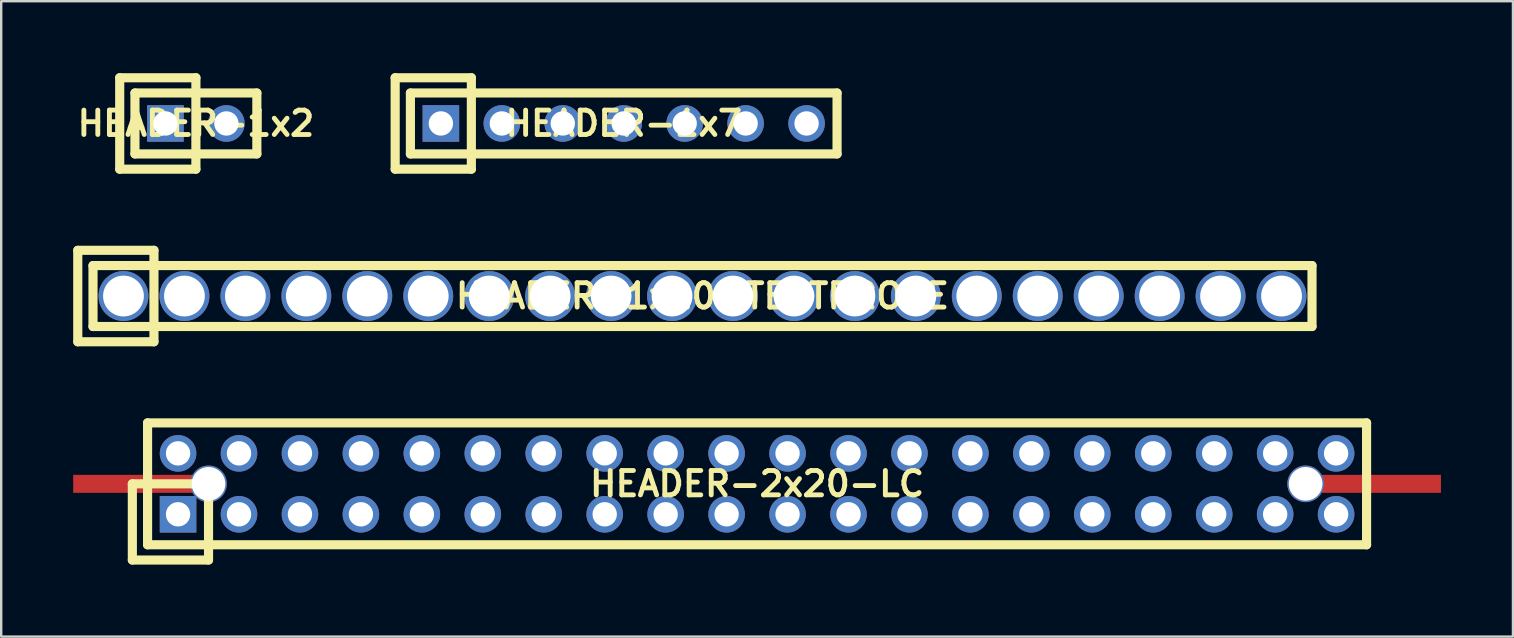
<source format=kicad_pcb>
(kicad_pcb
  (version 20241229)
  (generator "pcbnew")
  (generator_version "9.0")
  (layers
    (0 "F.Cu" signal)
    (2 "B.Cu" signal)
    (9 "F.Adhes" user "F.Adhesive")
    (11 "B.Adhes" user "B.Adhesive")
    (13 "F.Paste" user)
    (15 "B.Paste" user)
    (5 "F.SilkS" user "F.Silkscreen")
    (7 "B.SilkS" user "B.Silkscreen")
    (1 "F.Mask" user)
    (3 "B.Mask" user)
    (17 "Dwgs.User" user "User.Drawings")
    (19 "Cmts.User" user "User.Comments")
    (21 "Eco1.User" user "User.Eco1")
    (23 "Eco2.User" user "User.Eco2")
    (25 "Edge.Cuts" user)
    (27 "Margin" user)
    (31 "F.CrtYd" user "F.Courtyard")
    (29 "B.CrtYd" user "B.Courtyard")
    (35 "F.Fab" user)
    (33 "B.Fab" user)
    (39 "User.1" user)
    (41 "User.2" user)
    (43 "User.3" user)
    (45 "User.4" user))
  (footprint "HEADER-1x7"
    (layer "F.Cu")
    (at 22.943 2.095)
    (property "Reference" "HEADER-1x7" (at 0 0 0) (layer "F.SilkS") (effects (font (size 1.016 1.016) (thickness 0.203))))
    (attr through_hole)
    (fp_line (start -9.525 -1.905) (end -9.525 1.905) (stroke (width 0.381) (type solid)) (layer "F.SilkS"))
    (fp_line (start -9.525 1.905) (end -6.35 1.905) (stroke (width 0.381) (type solid)) (layer "F.SilkS"))
    (fp_line (start -8.89 -1.27) (end -8.89 1.27) (stroke (width 0.381) (type solid)) (layer "F.SilkS"))
    (fp_line (start -8.89 -1.27) (end 8.89 -1.27) (stroke (width 0.381) (type solid)) (layer "F.SilkS"))
    (fp_line (start -6.35 -1.905) (end -9.525 -1.905) (stroke (width 0.381) (type solid)) (layer "F.SilkS"))
    (fp_line (start -6.35 1.905) (end -6.35 -1.905) (stroke (width 0.381) (type solid)) (layer "F.SilkS"))
    (fp_line (start 8.89 -1.27) (end 8.89 1.27) (stroke (width 0.381) (type solid)) (layer "F.SilkS"))
    (fp_line (start 8.89 1.27) (end -8.89 1.27) (stroke (width 0.381) (type solid)) (layer "F.SilkS"))
    (pad "1" thru_hole rect (at -7.62 0) (size 1.524 1.524) (drill 1.016) (layers "*.Cu" "*.Mask"))
    (pad "2" thru_hole circle (at -5.08 0) (size 1.524 1.524) (drill 1.016) (layers "*.Cu" "*.Mask"))
    (pad "3" thru_hole circle (at -2.54 0) (size 1.524 1.524) (drill 1.016) (layers "*.Cu" "*.Mask"))
    (pad "4" thru_hole circle (at 0 0) (size 1.524 1.524) (drill 1.016) (layers "*.Cu" "*.Mask"))
    (pad "5" thru_hole circle (at 2.54 0) (size 1.524 1.524) (drill 1.016) (layers "*.Cu" "*.Mask"))
    (pad "6" thru_hole circle (at 5.08 0) (size 1.524 1.524) (drill 1.016) (layers "*.Cu" "*.Mask"))
    (pad "7" thru_hole circle (at 7.62 0) (size 1.524 1.524) (drill 1.016) (layers "*.Cu" "*.Mask")))
  (footprint "HEADER-1x2"
    (layer "F.Cu")
    (at 5.114 2.095)
    (property "Reference" "HEADER-1x2" (at 0 0 0) (layer "F.SilkS") (effects (font (size 1.016 1.016) (thickness 0.203))))
    (attr through_hole)
    (fp_line (start -3.175 -1.905) (end -3.175 1.905) (stroke (width 0.381) (type solid)) (layer "F.SilkS"))
    (fp_line (start -3.175 1.905) (end 0 1.905) (stroke (width 0.381) (type solid)) (layer "F.SilkS"))
    (fp_line (start -2.54 -1.27) (end -2.54 1.27) (stroke (width 0.381) (type solid)) (layer "F.SilkS"))
    (fp_line (start -2.54 -1.27) (end 2.54 -1.27) (stroke (width 0.381) (type solid)) (layer "F.SilkS"))
    (fp_line (start 0 -1.905) (end -3.175 -1.905) (stroke (width 0.381) (type solid)) (layer "F.SilkS"))
    (fp_line (start 0 1.905) (end 0 -1.905) (stroke (width 0.381) (type solid)) (layer "F.SilkS"))
    (fp_line (start 2.54 -1.27) (end 2.54 1.27) (stroke (width 0.381) (type solid)) (layer "F.SilkS"))
    (fp_line (start 2.54 1.27) (end -2.54 1.27) (stroke (width 0.381) (type solid)) (layer "F.SilkS"))
    (pad "1" thru_hole rect (at -1.27 0) (size 1.524 1.524) (drill 1.016) (layers "*.Cu" "*.Mask"))
    (pad "2" thru_hole circle (at 1.27 0) (size 1.524 1.524) (drill 1.016) (layers "*.Cu" "*.Mask")))
  (footprint "HEADER-1x20-TESTPROBE"
    (layer "F.Cu")
    (at 26.226 9.287)
    (property "Reference" "HEADER-1x20-TESTPROBE" (at 0 0 0) (layer "F.SilkS") (effects (font (size 1.016 1.016) (thickness 0.203))))
    (attr through_hole)
    (fp_line (start -26.035 -1.905) (end -26.035 1.905) (stroke (width 0.381) (type solid)) (layer "F.SilkS"))
    (fp_line (start -26.035 1.905) (end -22.86 1.905) (stroke (width 0.381) (type solid)) (layer "F.SilkS"))
    (fp_line (start -25.4 -1.27) (end -25.4 1.27) (stroke (width 0.381) (type solid)) (layer "F.SilkS"))
    (fp_line (start -25.4 1.27) (end 25.4 1.27) (stroke (width 0.381) (type solid)) (layer "F.SilkS"))
    (fp_line (start -22.86 -1.905) (end -26.035 -1.905) (stroke (width 0.381) (type solid)) (layer "F.SilkS"))
    (fp_line (start -22.86 1.905) (end -22.86 -1.905) (stroke (width 0.381) (type solid)) (layer "F.SilkS"))
    (fp_line (start 25.4 -1.27) (end -25.4 -1.27) (stroke (width 0.381) (type solid)) (layer "F.SilkS"))
    (fp_line (start 25.4 1.27) (end 25.4 -1.27) (stroke (width 0.381) (type solid)) (layer "F.SilkS"))
    (pad "1" thru_hole circle (at -24.13 0) (size 2.08 2.08) (drill 1.7) (layers "*.Cu" "*.Mask"))
    (pad "2" thru_hole circle (at -21.59 0) (size 2.08 2.08) (drill 1.7) (layers "*.Cu" "*.Mask"))
    (pad "3" thru_hole circle (at -19.05 0) (size 2.08 2.08) (drill 1.7) (layers "*.Cu" "*.Mask"))
    (pad "4" thru_hole circle (at -16.51 0) (size 2.08 2.08) (drill 1.7) (layers "*.Cu" "*.Mask"))
    (pad "5" thru_hole circle (at -13.97 0) (size 2.08 2.08) (drill 1.7) (layers "*.Cu" "*.Mask"))
    (pad "6" thru_hole circle (at -11.43 0) (size 2.08 2.08) (drill 1.7) (layers "*.Cu" "*.Mask"))
    (pad "7" thru_hole circle (at -8.89 0) (size 2.08 2.08) (drill 1.7) (layers "*.Cu" "*.Mask"))
    (pad "8" thru_hole circle (at -6.35 0) (size 2.08 2.08) (drill 1.7) (layers "*.Cu" "*.Mask"))
    (pad "9" thru_hole circle (at -3.81 0) (size 2.08 2.08) (drill 1.7) (layers "*.Cu" "*.Mask"))
    (pad "10" thru_hole circle (at -1.27 0) (size 2.08 2.08) (drill 1.7) (layers "*.Cu" "*.Mask"))
    (pad "11" thru_hole circle (at 1.27 0) (size 2.08 2.08) (drill 1.7) (layers "*.Cu" "*.Mask"))
    (pad "12" thru_hole circle (at 3.81 0) (size 2.08 2.08) (drill 1.7) (layers "*.Cu" "*.Mask"))
    (pad "13" thru_hole circle (at 6.35 0) (size 2.08 2.08) (drill 1.7) (layers "*.Cu" "*.Mask"))
    (pad "14" thru_hole circle (at 8.89 0) (size 2.08 2.08) (drill 1.7) (layers "*.Cu" "*.Mask"))
    (pad "15" thru_hole circle (at 11.43 0) (size 2.08 2.08) (drill 1.7) (layers "*.Cu" "*.Mask"))
    (pad "16" thru_hole circle (at 13.97 0) (size 2.08 2.08) (drill 1.7) (layers "*.Cu" "*.Mask"))
    (pad "17" thru_hole circle (at 16.51 0) (size 2.08 2.08) (drill 1.7) (layers "*.Cu" "*.Mask"))
    (pad "18" thru_hole circle (at 19.05 0) (size 2.08 2.08) (drill 1.7) (layers "*.Cu" "*.Mask"))
    (pad "19" thru_hole circle (at 21.59 0) (size 2.08 2.08) (drill 1.7) (layers "*.Cu" "*.Mask"))
    (pad "20" thru_hole circle (at 24.13 0) (size 2.08 2.08) (drill 1.7) (layers "*.Cu" "*.Mask")))
  (footprint "HEADER-2x20-LC"
    (layer "F.Cu")
    (at 28.5 17.113)
    (property "Reference" "HEADER-2x20-LC" (at 0 0 0) (layer "F.SilkS") (effects (font (size 1.016 1.016) (thickness 0.203))))
    (attr through_hole)
    (fp_line (start -26.035 0) (end -26.035 3.175) (stroke (width 0.381) (type solid)) (layer "F.SilkS"))
    (fp_line (start -26.035 3.175) (end -22.86 3.175) (stroke (width 0.381) (type solid)) (layer "F.SilkS"))
    (fp_line (start -25.4 -2.54) (end 25.4 -2.54) (stroke (width 0.381) (type solid)) (layer "F.SilkS"))
    (fp_line (start -25.4 2.54) (end -25.4 -2.54) (stroke (width 0.381) (type solid)) (layer "F.SilkS"))
    (fp_line (start -22.86 0) (end -26.035 0) (stroke (width 0.381) (type solid)) (layer "F.SilkS"))
    (fp_line (start -22.86 3.175) (end -22.86 0) (stroke (width 0.381) (type solid)) (layer "F.SilkS"))
    (fp_line (start 25.4 -2.54) (end 25.4 2.54) (stroke (width 0.381) (type solid)) (layer "F.SilkS"))
    (fp_line (start 25.4 2.54) (end -25.4 2.54) (stroke (width 0.381) (type solid)) (layer "F.SilkS"))
    (pad "1" thru_hole rect (at -24.13 1.27) (size 1.524 1.524) (drill 1.016) (layers "*.Cu" "*.Mask"))
    (pad "1" thru_hole circle (at -22.86 0) (size 1.524 1.524) (drill 1.4) (layers "*.Cu" "*.Mask"))
    (pad "1" smd rect (at 26 0) (size 5 0.75) (layers "F.Cu" "F.Mask" "F.Paste"))
    (pad "2" smd rect (at -26 0) (size 5 0.75) (layers "F.Cu" "F.Mask" "F.Paste"))
    (pad "2" thru_hole circle (at -24.13 -1.27) (size 1.524 1.524) (drill 1.016) (layers "*.Cu" "*.Mask"))
    (pad "2" thru_hole circle (at 22.86 0) (size 1.524 1.524) (drill 1.4) (layers "*.Cu" "*.Mask"))
    (pad "3" thru_hole circle (at -21.59 1.27) (size 1.524 1.524) (drill 1.016) (layers "*.Cu" "*.Mask"))
    (pad "4" thru_hole circle (at -21.59 -1.27) (size 1.524 1.524) (drill 1.016) (layers "*.Cu" "*.Mask"))
    (pad "5" thru_hole circle (at -19.05 1.27) (size 1.524 1.524) (drill 1.016) (layers "*.Cu" "*.Mask"))
    (pad "6" thru_hole circle (at -19.05 -1.27) (size 1.524 1.524) (drill 1.016) (layers "*.Cu" "*.Mask"))
    (pad "7" thru_hole circle (at -16.51 1.27) (size 1.524 1.524) (drill 1.016) (layers "*.Cu" "*.Mask"))
    (pad "8" thru_hole circle (at -16.51 -1.27) (size 1.524 1.524) (drill 1.016) (layers "*.Cu" "*.Mask"))
    (pad "9" thru_hole circle (at -13.97 1.27) (size 1.524 1.524) (drill 1.016) (layers "*.Cu" "*.Mask"))
    (pad "10" thru_hole circle (at -13.97 -1.27) (size 1.524 1.524) (drill 1.016) (layers "*.Cu" "*.Mask"))
    (pad "11" thru_hole circle (at -11.43 1.27) (size 1.524 1.524) (drill 1.016) (layers "*.Cu" "*.Mask"))
    (pad "12" thru_hole circle (at -11.43 -1.27) (size 1.524 1.524) (drill 1.016) (layers "*.Cu" "*.Mask"))
    (pad "13" thru_hole circle (at -8.89 1.27) (size 1.524 1.524) (drill 1.016) (layers "*.Cu" "*.Mask"))
    (pad "14" thru_hole circle (at -8.89 -1.27) (size 1.524 1.524) (drill 1.016) (layers "*.Cu" "*.Mask"))
    (pad "15" thru_hole circle (at -6.35 1.27) (size 1.524 1.524) (drill 1.016) (layers "*.Cu" "*.Mask"))
    (pad "16" thru_hole circle (at -6.35 -1.27) (size 1.524 1.524) (drill 1.016) (layers "*.Cu" "*.Mask"))
    (pad "17" thru_hole circle (at -3.81 1.27) (size 1.524 1.524) (drill 1.016) (layers "*.Cu" "*.Mask"))
    (pad "18" thru_hole circle (at -3.81 -1.27) (size 1.524 1.524) (drill 1.016) (layers "*.Cu" "*.Mask"))
    (pad "19" thru_hole circle (at -1.27 1.27) (size 1.524 1.524) (drill 1.016) (layers "*.Cu" "*.Mask"))
    (pad "20" thru_hole circle (at -1.27 -1.27) (size 1.524 1.524) (drill 1.016) (layers "*.Cu" "*.Mask"))
    (pad "21" thru_hole circle (at 1.27 1.27) (size 1.524 1.524) (drill 1.016) (layers "*.Cu" "*.Mask"))
    (pad "22" thru_hole circle (at 1.27 -1.27) (size 1.524 1.524) (drill 1.016) (layers "*.Cu" "*.Mask"))
    (pad "23" thru_hole circle (at 3.81 1.27) (size 1.524 1.524) (drill 1.016) (layers "*.Cu" "*.Mask"))
    (pad "24" thru_hole circle (at 3.81 -1.27) (size 1.524 1.524) (drill 1.016) (layers "*.Cu" "*.Mask"))
    (pad "25" thru_hole circle (at 6.35 1.27) (size 1.524 1.524) (drill 1.016) (layers "*.Cu" "*.Mask"))
    (pad "26" thru_hole circle (at 6.35 -1.27) (size 1.524 1.524) (drill 1.016) (layers "*.Cu" "*.Mask"))
    (pad "27" thru_hole circle (at 8.89 1.27) (size 1.524 1.524) (drill 1.016) (layers "*.Cu" "*.Mask"))
    (pad "28" thru_hole circle (at 8.89 -1.27) (size 1.524 1.524) (drill 1.016) (layers "*.Cu" "*.Mask"))
    (pad "29" thru_hole circle (at 11.43 1.27) (size 1.524 1.524) (drill 1.016) (layers "*.Cu" "*.Mask"))
    (pad "30" thru_hole circle (at 11.43 -1.27) (size 1.524 1.524) (drill 1.016) (layers "*.Cu" "*.Mask"))
    (pad "31" thru_hole circle (at 13.97 1.27) (size 1.524 1.524) (drill 1.016) (layers "*.Cu" "*.Mask"))
    (pad "32" thru_hole circle (at 13.97 -1.27) (size 1.524 1.524) (drill 1.016) (layers "*.Cu" "*.Mask"))
    (pad "33" thru_hole circle (at 16.51 1.27) (size 1.524 1.524) (drill 1.016) (layers "*.Cu" "*.Mask"))
    (pad "34" thru_hole circle (at 16.51 -1.27) (size 1.524 1.524) (drill 1.016) (layers "*.Cu" "*.Mask"))
    (pad "35" thru_hole circle (at 19.05 1.27) (size 1.524 1.524) (drill 1.016) (layers "*.Cu" "*.Mask"))
    (pad "36" thru_hole circle (at 19.05 -1.27) (size 1.524 1.524) (drill 1.016) (layers "*.Cu" "*.Mask"))
    (pad "37" thru_hole circle (at 21.59 1.27) (size 1.524 1.524) (drill 1.016) (layers "*.Cu" "*.Mask"))
    (pad "38" thru_hole circle (at 21.59 -1.27) (size 1.524 1.524) (drill 1.016) (layers "*.Cu" "*.Mask"))
    (pad "39" thru_hole circle (at 24.13 1.27) (size 1.524 1.524) (drill 1.016) (layers "*.Cu" "*.Mask"))
    (pad "40" thru_hole circle (at 24.13 -1.27) (size 1.524 1.524) (drill 1.016) (layers "*.Cu" "*.Mask")))
  (gr_rect
    (start -3 -3)
    (end 60 23.478)
    (stroke (width 0.1) (type default))
    (fill no)
    (layer "Edge.Cuts")))
</source>
